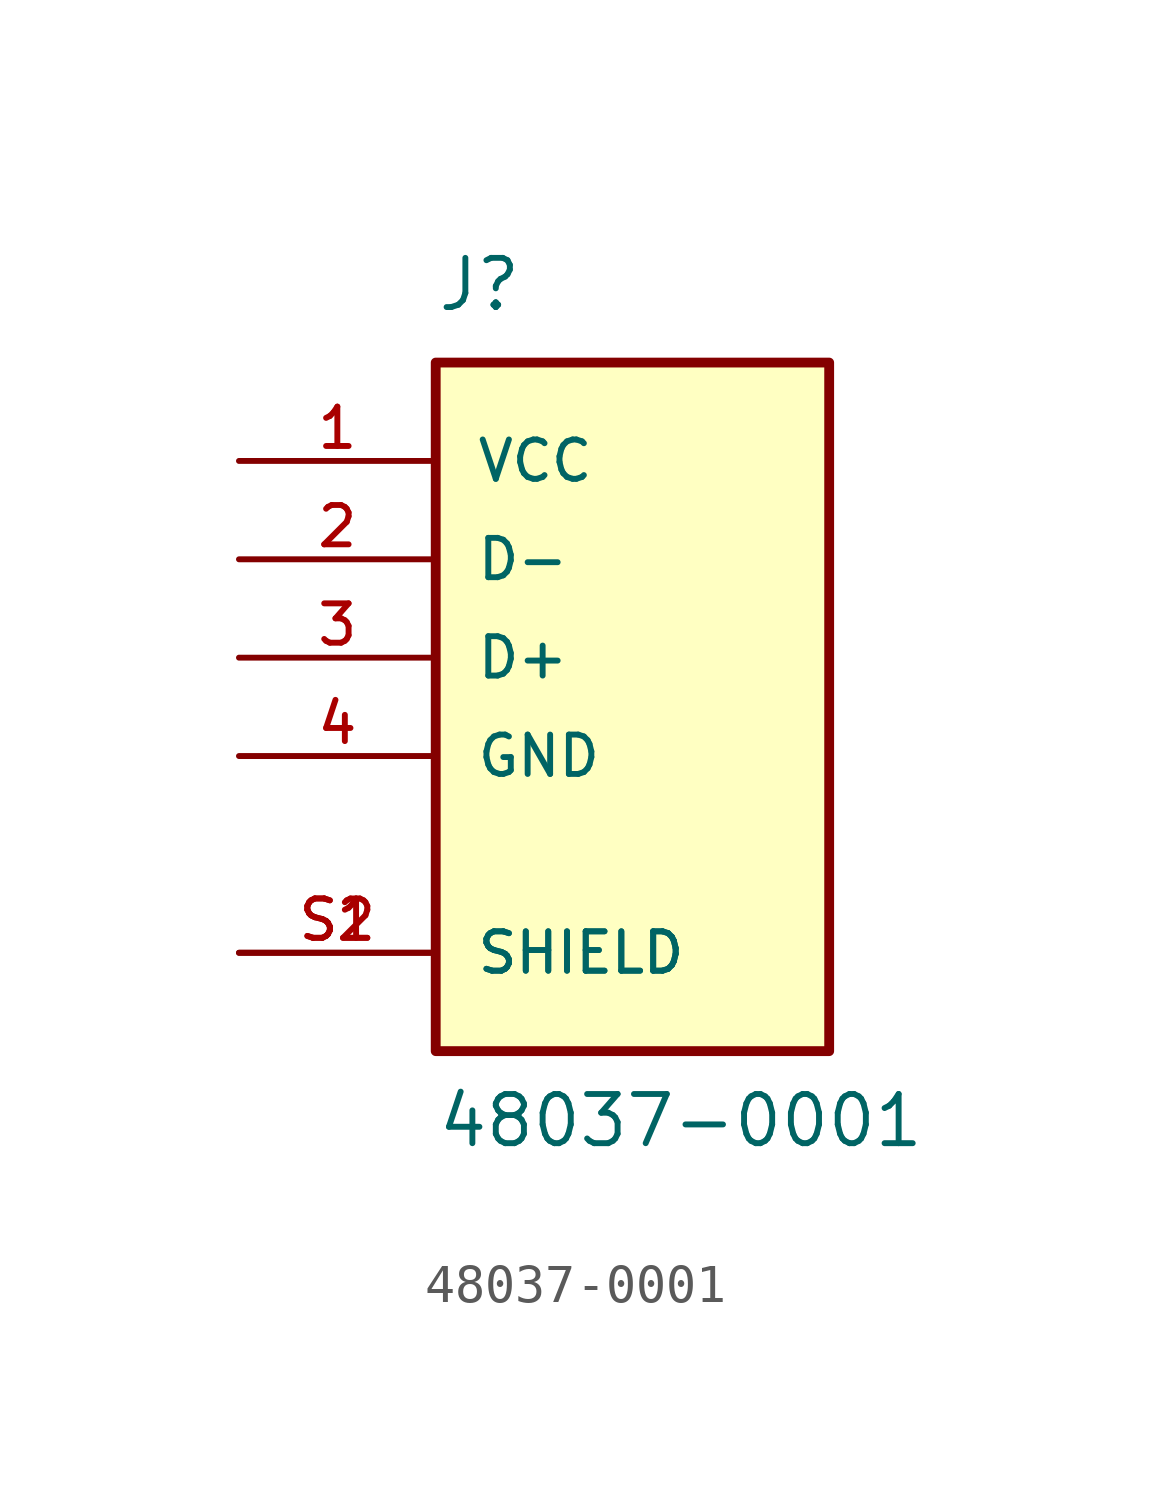
<source format=kicad_sym>
(kicad_symbol_lib
  (version 20211014)
  (generator kicad_symbol_editor)
  (symbol "48037-0001"
    (pin_names
      (offset 1.016))
    (property "Reference" "J"
      (at -5.08 8.89 0)
      (effects (font (size 1.27 1.27)) (justify left bottom)))
    (property "Value" "48037-0001"
      (at -5.08 -12.7 0)
      (effects (font (size 1.27 1.27)) (justify left bottom)))
    (symbol "48037-0001_0_0"
      (rectangle (start -5.08 -10.16) (end 5.08 7.62) (stroke (width 0.254) (type default) (color 0 0 0 0)) (fill (type background)))
      (pin power_in line (at -10.16 5.08 0) (length 5.08) (name "VCC" (effects (font (size 1.016 1.016)))) (number "1" (effects (font (size 1.016 1.016)))))
      (pin bidirectional line (at -10.16 2.54 0) (length 5.08) (name "D-" (effects (font (size 1.016 1.016)))) (number "2" (effects (font (size 1.016 1.016)))))
      (pin bidirectional line (at -10.16 0 0) (length 5.08) (name "D+" (effects (font (size 1.016 1.016)))) (number "3" (effects (font (size 1.016 1.016)))))
      (pin power_in line (at -10.16 -2.54 0) (length 5.08) (name "GND" (effects (font (size 1.016 1.016)))) (number "4" (effects (font (size 1.016 1.016)))))
      (pin passive line (at -10.16 -7.62 0) (length 5.08) (name "SHIELD" (effects (font (size 1.016 1.016)))) (number "S1" (effects (font (size 1.016 1.016)))))
      (pin passive line (at -10.16 -7.62 0) (length 5.08) (name "SHIELD" (effects (font (size 1.016 1.016)))) (number "S2" (effects (font (size 1.016 1.016))))))))
</source>
